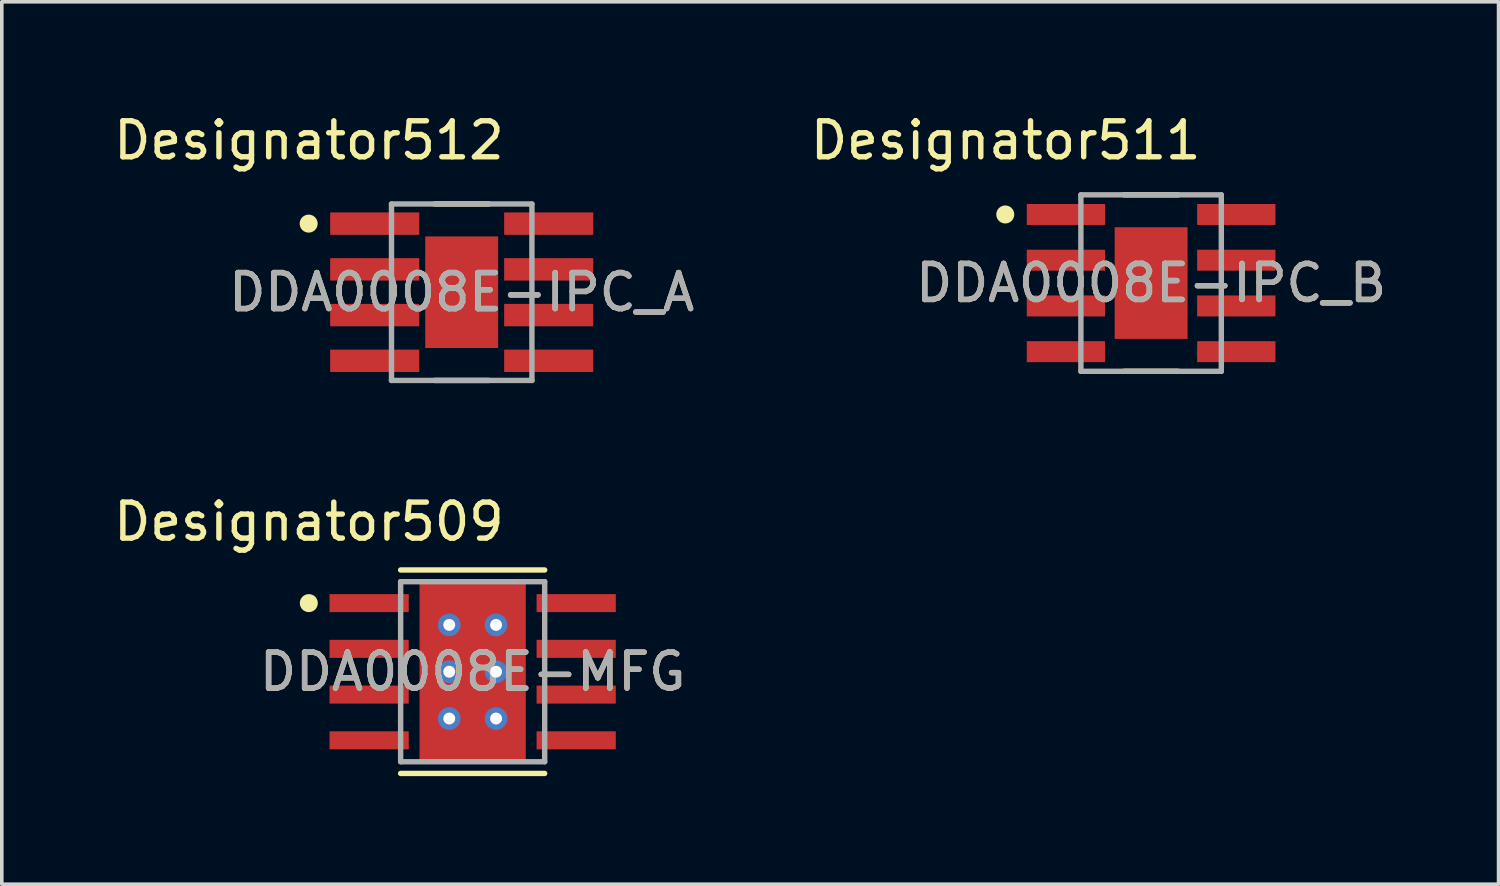
<source format=kicad_pcb>
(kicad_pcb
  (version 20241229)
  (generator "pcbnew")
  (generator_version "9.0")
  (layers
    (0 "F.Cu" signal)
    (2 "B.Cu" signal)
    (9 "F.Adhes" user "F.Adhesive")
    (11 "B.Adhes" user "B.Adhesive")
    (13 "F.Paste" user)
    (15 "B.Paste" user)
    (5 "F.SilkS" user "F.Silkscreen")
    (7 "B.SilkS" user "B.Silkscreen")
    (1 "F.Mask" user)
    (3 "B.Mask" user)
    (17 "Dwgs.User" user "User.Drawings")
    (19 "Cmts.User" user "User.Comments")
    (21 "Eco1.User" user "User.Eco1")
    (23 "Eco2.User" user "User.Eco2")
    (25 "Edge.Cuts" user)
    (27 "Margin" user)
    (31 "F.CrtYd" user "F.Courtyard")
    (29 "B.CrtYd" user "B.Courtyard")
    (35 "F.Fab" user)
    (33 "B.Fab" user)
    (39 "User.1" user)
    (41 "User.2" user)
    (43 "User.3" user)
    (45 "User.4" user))
  (footprint "DDA0008E-MFG"
    (layer "F.Cu")
    (at 10.076 15.604)
    (property "Reference" "DDA0008E-MFG" (at 0 0 0) (unlocked yes) (layer "F.SilkS") (effects (font (size 1 1) (thickness 0.15))))
    (attr smd)
    (fp_poly (pts (xy -1.2 1.5) (xy -1.2 -1.5) (xy -1.15 -1.55) (xy 1.15 -1.55) (xy 1.2 -1.5) (xy 1.2 1.5) (xy 1.15 1.55) (xy -1.15 1.55)) (stroke (width 0) (type solid)) (fill yes) (layer "F.Mask"))
    (fp_line (start -2 -2.825) (end 2 -2.825) (stroke (width 0.15) (type solid)) (layer "F.SilkS"))
    (fp_line (start -2 2.825) (end 2 2.825) (stroke (width 0.15) (type solid)) (layer "F.SilkS"))
    (fp_circle (center -4.55 -1.905) (end -4.425 -1.905) (stroke (width 0.25) (type solid)) (fill no) (layer "F.SilkS"))
    (fp_poly (pts (xy -3.95 0.46) (xy -3.9 0.41) (xy -1.85 0.41) (xy -1.8 0.46) (xy -1.8 0.81) (xy -1.85 0.86) (xy -3.9 0.86) (xy -3.95 0.81)) (stroke (width 0) (type solid)) (fill yes) (layer "F.Paste"))
    (fp_poly (pts (xy -3.9 -0.41) (xy -3.95 -0.46) (xy -3.95 -0.81) (xy -3.9 -0.86) (xy -1.85 -0.86) (xy -1.8 -0.81) (xy -1.8 -0.46) (xy -1.85 -0.41)) (stroke (width 0) (type solid)) (fill yes) (layer "F.Paste"))
    (fp_poly (pts (xy -1.85 -1.68) (xy -3.9 -1.68) (xy -3.95 -1.73) (xy -3.95 -2.08) (xy -3.9 -2.13) (xy -1.85 -2.13) (xy -1.8 -2.08) (xy -1.8 -1.73)) (stroke (width 0) (type solid)) (fill yes) (layer "F.Paste"))
    (fp_poly (pts (xy -1.8 1.73) (xy -1.8 2.08) (xy -1.85 2.13) (xy -3.9 2.13) (xy -3.95 2.08) (xy -3.95 1.73) (xy -3.9 1.68) (xy -1.85 1.68)) (stroke (width 0) (type solid)) (fill yes) (layer "F.Paste"))
    (fp_poly (pts (xy -1.2 1.5) (xy -1.2 -1.5) (xy -1.15 -1.55) (xy 1.15 -1.55) (xy 1.2 -1.5) (xy 1.2 1.5) (xy 1.15 1.55) (xy -1.15 1.55)) (stroke (width 0) (type solid)) (fill yes) (layer "F.Paste"))
    (fp_poly (pts (xy 1.85 0.86) (xy 1.8 0.81) (xy 1.8 0.46) (xy 1.85 0.41) (xy 3.9 0.41) (xy 3.95 0.46) (xy 3.95 0.81) (xy 3.9 0.86)) (stroke (width 0) (type solid)) (fill yes) (layer "F.Paste"))
    (fp_poly (pts (xy 3.9 -1.68) (xy 1.85 -1.68) (xy 1.8 -1.73) (xy 1.8 -2.08) (xy 1.85 -2.13) (xy 3.9 -2.13) (xy 3.95 -2.08) (xy 3.95 -1.73)) (stroke (width 0) (type solid)) (fill yes) (layer "F.Paste"))
    (fp_poly (pts (xy 3.9 -0.86) (xy 3.95 -0.81) (xy 3.95 -0.46) (xy 3.9 -0.41) (xy 1.85 -0.41) (xy 1.8 -0.46) (xy 1.8 -0.81) (xy 1.85 -0.86)) (stroke (width 0) (type solid)) (fill yes) (layer "F.Paste"))
    (fp_poly (pts (xy 3.95 1.73) (xy 3.95 2.08) (xy 3.9 2.13) (xy 1.85 2.13) (xy 1.8 2.08) (xy 1.8 1.73) (xy 1.85 1.68) (xy 3.9 1.68)) (stroke (width 0) (type solid)) (fill yes) (layer "F.Paste"))
    (fp_line (start -2 -2.5) (end 2 -2.5) (stroke (width 0.15) (type solid)) (layer "F.Fab"))
    (fp_line (start -2 2.5) (end -2 -2.5) (stroke (width 0.15) (type solid)) (layer "F.Fab"))
    (fp_line (start -2 2.5) (end 2 2.5) (stroke (width 0.15) (type solid)) (layer "F.Fab"))
    (fp_line (start 2 2.5) (end 2 -2.5) (stroke (width 0.15) (type solid)) (layer "F.Fab"))
    (fp_text user "Designator509" (at -4.547 -4.166 0) (unlocked yes) (layer "F.SilkS") (effects (font (size 1 1) (thickness 0.15))))
    (fp_text user "${REFERENCE}" (at 0 0 0) (unlocked yes) (layer "F.Fab") (effects (font (size 1 1) (thickness 0.15))))
    (pad "1" smd rect (at -2.875 -1.905) (size 2.2 0.5) (layers "F.Cu" "F.Mask"))
    (pad "2" smd rect (at -2.875 -0.635) (size 2.2 0.5) (layers "F.Cu" "F.Mask"))
    (pad "3" smd rect (at -2.875 0.635) (size 2.2 0.5) (layers "F.Cu" "F.Mask"))
    (pad "4" smd rect (at -2.875 1.905) (size 2.2 0.5) (layers "F.Cu" "F.Mask"))
    (pad "5" smd rect (at 2.875 1.905) (size 2.2 0.5) (layers "F.Cu" "F.Mask"))
    (pad "6" smd rect (at 2.875 0.635) (size 2.2 0.5) (layers "F.Cu" "F.Mask"))
    (pad "7" smd rect (at 2.875 -0.635) (size 2.2 0.5) (layers "F.Cu" "F.Mask"))
    (pad "8" smd rect (at 2.875 -1.905) (size 2.2 0.5) (layers "F.Cu" "F.Mask"))
    (pad "9" smd rect (at 0 0) (size 2.95 4.9) (layers "F.Cu"))
    (pad "10" thru_hole circle (at -0.65 -1.3) (size 0.63 0.63) (drill 0.33) (layers "*.Cu" "*.Mask"))
    (pad "11" thru_hole circle (at -0.65 0) (size 0.63 0.63) (drill 0.33) (layers "*.Cu" "*.Mask"))
    (pad "12" thru_hole circle (at -0.65 1.3) (size 0.63 0.63) (drill 0.33) (layers "*.Cu" "*.Mask"))
    (pad "13" thru_hole circle (at 0.65 -1.3) (size 0.63 0.63) (drill 0.33) (layers "*.Cu" "*.Mask"))
    (pad "14" thru_hole circle (at 0.65 0) (size 0.63 0.63) (drill 0.33) (layers "*.Cu" "*.Mask"))
    (pad "15" thru_hole circle (at 0.65 1.3) (size 0.63 0.63) (drill 0.33) (layers "*.Cu" "*.Mask")))
  (footprint "DDA0008E-IPC_B"
    (layer "F.Cu")
    (at 28.917 4.811)
    (property "Reference" "DDA0008E-IPC_B" (at 0 0 0) (unlocked yes) (layer "F.SilkS") (effects (font (size 1 1) (thickness 0.15))))
    (attr smd)
    (fp_line (start -0.75 -2.45) (end 0.75 -2.45) (stroke (width 0.15) (type solid)) (layer "F.SilkS"))
    (fp_line (start -0.75 2.45) (end 0.75 2.45) (stroke (width 0.15) (type solid)) (layer "F.SilkS"))
    (fp_circle (center -4.05 -1.905) (end -3.925 -1.905) (stroke (width 0.25) (type solid)) (fill no) (layer "F.SilkS"))
    (fp_poly (pts (xy -0.568 1.105) (xy 0.568 1.105) (xy 0.568 -1.105) (xy -0.568 -1.105)) (stroke (width 0) (type solid)) (fill yes) (layer "F.Paste"))
    (fp_line (start -1.95 -2.45) (end 1.95 -2.45) (stroke (width 0.15) (type solid)) (layer "F.Fab"))
    (fp_line (start -1.95 2.45) (end -1.95 -2.45) (stroke (width 0.15) (type solid)) (layer "F.Fab"))
    (fp_line (start -1.95 2.45) (end 1.95 2.45) (stroke (width 0.15) (type solid)) (layer "F.Fab"))
    (fp_line (start 1.95 2.45) (end 1.95 -2.45) (stroke (width 0.15) (type solid)) (layer "F.Fab"))
    (fp_text user "Designator511" (at -4.039 -3.962 0) (unlocked yes) (layer "F.SilkS") (effects (font (size 1 1) (thickness 0.15))))
    (fp_text user "${REFERENCE}" (at 0 0 0) (unlocked yes) (layer "F.Fab") (effects (font (size 1 1) (thickness 0.15))))
    (pad "1" smd rect (at -2.366 -1.905) (size 2.174 0.582) (layers "F.Cu" "F.Mask" "F.Paste"))
    (pad "2" smd rect (at -2.366 -0.635) (size 2.174 0.582) (layers "F.Cu" "F.Mask" "F.Paste"))
    (pad "3" smd rect (at -2.366 0.635) (size 2.174 0.582) (layers "F.Cu" "F.Mask" "F.Paste"))
    (pad "4" smd rect (at -2.366 1.905) (size 2.174 0.582) (layers "F.Cu" "F.Mask" "F.Paste"))
    (pad "5" smd rect (at 2.366 1.905) (size 2.174 0.582) (layers "F.Cu" "F.Mask" "F.Paste"))
    (pad "6" smd rect (at 2.366 0.635) (size 2.174 0.582) (layers "F.Cu" "F.Mask" "F.Paste"))
    (pad "7" smd rect (at 2.366 -0.635) (size 2.174 0.582) (layers "F.Cu" "F.Mask" "F.Paste"))
    (pad "8" smd rect (at 2.366 -1.905) (size 2.174 0.582) (layers "F.Cu" "F.Mask" "F.Paste"))
    (pad "9" smd rect (at 0 0) (size 2.025 3.1) (layers "F.Cu" "F.Mask")))
  (footprint "DDA0008E-IPC_A"
    (layer "F.Cu")
    (at 9.772 5.065)
    (property "Reference" "DDA0008E-IPC_A" (at 0 0 0) (unlocked yes) (layer "F.SilkS") (effects (font (size 1 1) (thickness 0.15))))
    (attr smd)
    (fp_line (start -0.75 -2.45) (end 0.75 -2.45) (stroke (width 0.15) (type solid)) (layer "F.SilkS"))
    (fp_line (start -0.75 2.45) (end 0.75 2.45) (stroke (width 0.15) (type solid)) (layer "F.SilkS"))
    (fp_circle (center -4.25 -1.905) (end -4.125 -1.905) (stroke (width 0.25) (type solid)) (fill no) (layer "F.SilkS"))
    (fp_poly (pts (xy -0.568 1.105) (xy 0.568 1.105) (xy 0.568 -1.105) (xy -0.568 -1.105)) (stroke (width 0) (type solid)) (fill yes) (layer "F.Paste"))
    (fp_line (start -1.95 -2.45) (end 1.95 -2.45) (stroke (width 0.15) (type solid)) (layer "F.Fab"))
    (fp_line (start -1.95 2.45) (end -1.95 -2.45) (stroke (width 0.15) (type solid)) (layer "F.Fab"))
    (fp_line (start -1.95 2.45) (end 1.95 2.45) (stroke (width 0.15) (type solid)) (layer "F.Fab"))
    (fp_line (start 1.95 2.45) (end 1.95 -2.45) (stroke (width 0.15) (type solid)) (layer "F.Fab"))
    (fp_text user "Designator512" (at -4.242 -4.216 0) (unlocked yes) (layer "F.SilkS") (effects (font (size 1 1) (thickness 0.15))))
    (fp_text user "${REFERENCE}" (at 0 0 0) (unlocked yes) (layer "F.Fab") (effects (font (size 1 1) (thickness 0.15))))
    (pad "1" smd rect (at -2.416 -1.905) (size 2.474 0.622) (layers "F.Cu" "F.Mask" "F.Paste"))
    (pad "2" smd rect (at -2.416 -0.635) (size 2.474 0.622) (layers "F.Cu" "F.Mask" "F.Paste"))
    (pad "3" smd rect (at -2.416 0.635) (size 2.474 0.622) (layers "F.Cu" "F.Mask" "F.Paste"))
    (pad "4" smd rect (at -2.416 1.905) (size 2.474 0.622) (layers "F.Cu" "F.Mask" "F.Paste"))
    (pad "5" smd rect (at 2.416 1.905) (size 2.474 0.622) (layers "F.Cu" "F.Mask" "F.Paste"))
    (pad "6" smd rect (at 2.416 0.635) (size 2.474 0.622) (layers "F.Cu" "F.Mask" "F.Paste"))
    (pad "7" smd rect (at 2.416 -0.635) (size 2.474 0.622) (layers "F.Cu" "F.Mask" "F.Paste"))
    (pad "8" smd rect (at 2.416 -1.905) (size 2.474 0.622) (layers "F.Cu" "F.Mask" "F.Paste"))
    (pad "9" smd rect (at 0 0) (size 2.025 3.1) (layers "F.Cu" "F.Mask")))
  (gr_rect
    (start -3 -3)
    (end 38.566 21.504)
    (stroke (width 0.1) (type default))
    (fill no)
    (layer "Edge.Cuts")))
</source>
